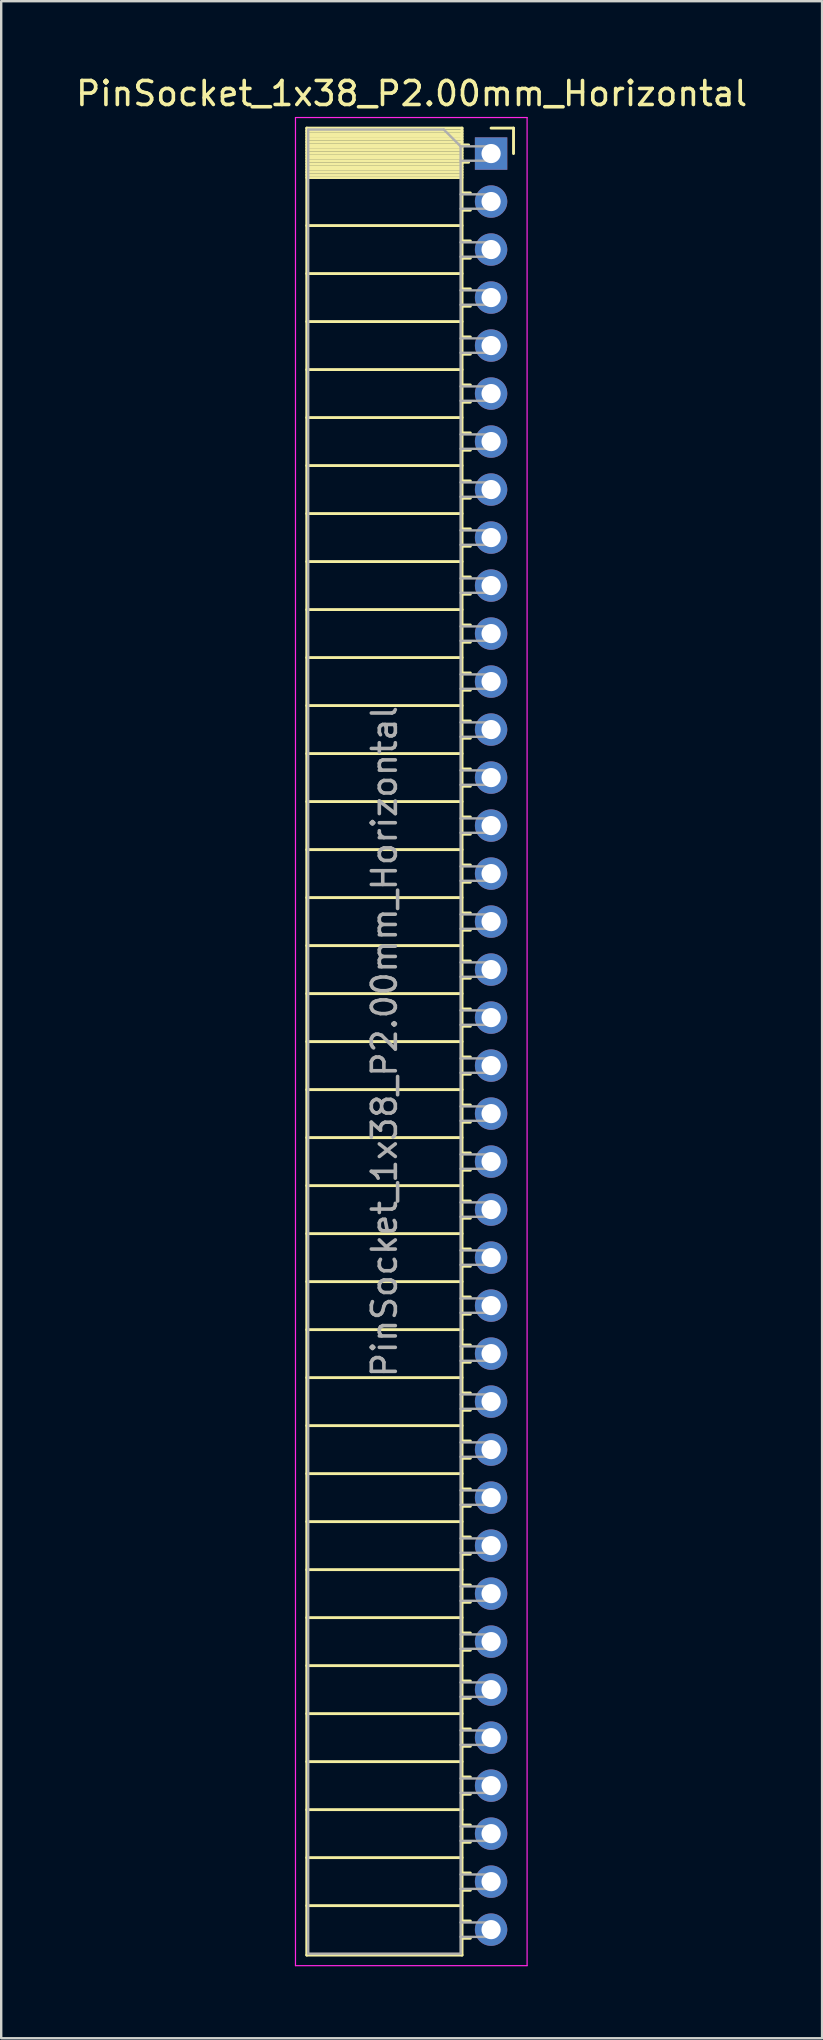
<source format=kicad_pcb>
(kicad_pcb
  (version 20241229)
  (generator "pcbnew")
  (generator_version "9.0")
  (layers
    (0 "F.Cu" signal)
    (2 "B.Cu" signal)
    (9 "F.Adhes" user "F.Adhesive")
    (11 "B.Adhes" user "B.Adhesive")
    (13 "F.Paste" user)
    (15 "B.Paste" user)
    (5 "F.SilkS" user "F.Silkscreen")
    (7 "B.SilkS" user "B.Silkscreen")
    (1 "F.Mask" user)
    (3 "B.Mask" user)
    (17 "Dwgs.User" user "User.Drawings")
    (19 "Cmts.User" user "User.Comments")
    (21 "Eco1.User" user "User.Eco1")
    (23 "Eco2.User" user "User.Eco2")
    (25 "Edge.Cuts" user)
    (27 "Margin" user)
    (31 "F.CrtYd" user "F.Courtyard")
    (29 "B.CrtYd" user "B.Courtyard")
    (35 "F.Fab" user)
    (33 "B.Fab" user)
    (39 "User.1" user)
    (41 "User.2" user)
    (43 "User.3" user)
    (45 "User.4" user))
  (footprint "PinSocket_1x38_P2.00mm_Horizontal"
    (layer "F.Cu")
    (at 17.411 3.348)
    (property "Reference" "PinSocket_1x38_P2.00mm_Horizontal" (at -3.31 -2.5 0) (layer "F.SilkS") (effects (font (size 1 1) (thickness 0.15))))
    (attr through_hole)
    (fp_line (start -7.68 -1.06) (end -7.68 75.06) (stroke (width 0.12) (type solid)) (layer "F.SilkS"))
    (fp_line (start -7.68 -1.06) (end -1.21 -1.06) (stroke (width 0.12) (type solid)) (layer "F.SilkS"))
    (fp_line (start -7.68 -0.94) (end -1.21 -0.94) (stroke (width 0.12) (type solid)) (layer "F.SilkS"))
    (fp_line (start -7.68 -0.826) (end -1.21 -0.826) (stroke (width 0.12) (type solid)) (layer "F.SilkS"))
    (fp_line (start -7.68 -0.712) (end -1.21 -0.712) (stroke (width 0.12) (type solid)) (layer "F.SilkS"))
    (fp_line (start -7.68 -0.598) (end -1.21 -0.598) (stroke (width 0.12) (type solid)) (layer "F.SilkS"))
    (fp_line (start -7.68 -0.484) (end -1.21 -0.484) (stroke (width 0.12) (type solid)) (layer "F.SilkS"))
    (fp_line (start -7.68 -0.369) (end -1.21 -0.369) (stroke (width 0.12) (type solid)) (layer "F.SilkS"))
    (fp_line (start -7.68 -0.255) (end -1.21 -0.255) (stroke (width 0.12) (type solid)) (layer "F.SilkS"))
    (fp_line (start -7.68 -0.141) (end -1.21 -0.141) (stroke (width 0.12) (type solid)) (layer "F.SilkS"))
    (fp_line (start -7.68 -0.027) (end -1.21 -0.027) (stroke (width 0.12) (type solid)) (layer "F.SilkS"))
    (fp_line (start -7.68 0.087) (end -1.21 0.087) (stroke (width 0.12) (type solid)) (layer "F.SilkS"))
    (fp_line (start -7.68 0.201) (end -1.21 0.201) (stroke (width 0.12) (type solid)) (layer "F.SilkS"))
    (fp_line (start -7.68 0.315) (end -1.21 0.315) (stroke (width 0.12) (type solid)) (layer "F.SilkS"))
    (fp_line (start -7.68 0.429) (end -1.21 0.429) (stroke (width 0.12) (type solid)) (layer "F.SilkS"))
    (fp_line (start -7.68 0.544) (end -1.21 0.544) (stroke (width 0.12) (type solid)) (layer "F.SilkS"))
    (fp_line (start -7.68 0.658) (end -1.21 0.658) (stroke (width 0.12) (type solid)) (layer "F.SilkS"))
    (fp_line (start -7.68 0.772) (end -1.21 0.772) (stroke (width 0.12) (type solid)) (layer "F.SilkS"))
    (fp_line (start -7.68 0.886) (end -1.21 0.886) (stroke (width 0.12) (type solid)) (layer "F.SilkS"))
    (fp_line (start -7.68 1) (end -1.21 1) (stroke (width 0.12) (type solid)) (layer "F.SilkS"))
    (fp_line (start -7.68 3) (end -1.21 3) (stroke (width 0.12) (type solid)) (layer "F.SilkS"))
    (fp_line (start -7.68 5) (end -1.21 5) (stroke (width 0.12) (type solid)) (layer "F.SilkS"))
    (fp_line (start -7.68 7) (end -1.21 7) (stroke (width 0.12) (type solid)) (layer "F.SilkS"))
    (fp_line (start -7.68 9) (end -1.21 9) (stroke (width 0.12) (type solid)) (layer "F.SilkS"))
    (fp_line (start -7.68 11) (end -1.21 11) (stroke (width 0.12) (type solid)) (layer "F.SilkS"))
    (fp_line (start -7.68 13) (end -1.21 13) (stroke (width 0.12) (type solid)) (layer "F.SilkS"))
    (fp_line (start -7.68 15) (end -1.21 15) (stroke (width 0.12) (type solid)) (layer "F.SilkS"))
    (fp_line (start -7.68 17) (end -1.21 17) (stroke (width 0.12) (type solid)) (layer "F.SilkS"))
    (fp_line (start -7.68 19) (end -1.21 19) (stroke (width 0.12) (type solid)) (layer "F.SilkS"))
    (fp_line (start -7.68 21) (end -1.21 21) (stroke (width 0.12) (type solid)) (layer "F.SilkS"))
    (fp_line (start -7.68 23) (end -1.21 23) (stroke (width 0.12) (type solid)) (layer "F.SilkS"))
    (fp_line (start -7.68 25) (end -1.21 25) (stroke (width 0.12) (type solid)) (layer "F.SilkS"))
    (fp_line (start -7.68 27) (end -1.21 27) (stroke (width 0.12) (type solid)) (layer "F.SilkS"))
    (fp_line (start -7.68 29) (end -1.21 29) (stroke (width 0.12) (type solid)) (layer "F.SilkS"))
    (fp_line (start -7.68 31) (end -1.21 31) (stroke (width 0.12) (type solid)) (layer "F.SilkS"))
    (fp_line (start -7.68 33) (end -1.21 33) (stroke (width 0.12) (type solid)) (layer "F.SilkS"))
    (fp_line (start -7.68 35) (end -1.21 35) (stroke (width 0.12) (type solid)) (layer "F.SilkS"))
    (fp_line (start -7.68 37) (end -1.21 37) (stroke (width 0.12) (type solid)) (layer "F.SilkS"))
    (fp_line (start -7.68 39) (end -1.21 39) (stroke (width 0.12) (type solid)) (layer "F.SilkS"))
    (fp_line (start -7.68 41) (end -1.21 41) (stroke (width 0.12) (type solid)) (layer "F.SilkS"))
    (fp_line (start -7.68 43) (end -1.21 43) (stroke (width 0.12) (type solid)) (layer "F.SilkS"))
    (fp_line (start -7.68 45) (end -1.21 45) (stroke (width 0.12) (type solid)) (layer "F.SilkS"))
    (fp_line (start -7.68 47) (end -1.21 47) (stroke (width 0.12) (type solid)) (layer "F.SilkS"))
    (fp_line (start -7.68 49) (end -1.21 49) (stroke (width 0.12) (type solid)) (layer "F.SilkS"))
    (fp_line (start -7.68 51) (end -1.21 51) (stroke (width 0.12) (type solid)) (layer "F.SilkS"))
    (fp_line (start -7.68 53) (end -1.21 53) (stroke (width 0.12) (type solid)) (layer "F.SilkS"))
    (fp_line (start -7.68 55) (end -1.21 55) (stroke (width 0.12) (type solid)) (layer "F.SilkS"))
    (fp_line (start -7.68 57) (end -1.21 57) (stroke (width 0.12) (type solid)) (layer "F.SilkS"))
    (fp_line (start -7.68 59) (end -1.21 59) (stroke (width 0.12) (type solid)) (layer "F.SilkS"))
    (fp_line (start -7.68 61) (end -1.21 61) (stroke (width 0.12) (type solid)) (layer "F.SilkS"))
    (fp_line (start -7.68 63) (end -1.21 63) (stroke (width 0.12) (type solid)) (layer "F.SilkS"))
    (fp_line (start -7.68 65) (end -1.21 65) (stroke (width 0.12) (type solid)) (layer "F.SilkS"))
    (fp_line (start -7.68 67) (end -1.21 67) (stroke (width 0.12) (type solid)) (layer "F.SilkS"))
    (fp_line (start -7.68 69) (end -1.21 69) (stroke (width 0.12) (type solid)) (layer "F.SilkS"))
    (fp_line (start -7.68 71) (end -1.21 71) (stroke (width 0.12) (type solid)) (layer "F.SilkS"))
    (fp_line (start -7.68 73) (end -1.21 73) (stroke (width 0.12) (type solid)) (layer "F.SilkS"))
    (fp_line (start -7.68 75.06) (end -1.21 75.06) (stroke (width 0.12) (type solid)) (layer "F.SilkS"))
    (fp_line (start -1.21 -1.06) (end -1.21 75.06) (stroke (width 0.12) (type solid)) (layer "F.SilkS"))
    (fp_line (start -1.21 -0.36) (end -0.935 -0.36) (stroke (width 0.12) (type solid)) (layer "F.SilkS"))
    (fp_line (start -1.21 0.36) (end -0.935 0.36) (stroke (width 0.12) (type solid)) (layer "F.SilkS"))
    (fp_line (start -1.21 1.64) (end -0.863 1.64) (stroke (width 0.12) (type solid)) (layer "F.SilkS"))
    (fp_line (start -1.21 2.36) (end -0.863 2.36) (stroke (width 0.12) (type solid)) (layer "F.SilkS"))
    (fp_line (start -1.21 3.64) (end -0.863 3.64) (stroke (width 0.12) (type solid)) (layer "F.SilkS"))
    (fp_line (start -1.21 4.36) (end -0.863 4.36) (stroke (width 0.12) (type solid)) (layer "F.SilkS"))
    (fp_line (start -1.21 5.64) (end -0.863 5.64) (stroke (width 0.12) (type solid)) (layer "F.SilkS"))
    (fp_line (start -1.21 6.36) (end -0.863 6.36) (stroke (width 0.12) (type solid)) (layer "F.SilkS"))
    (fp_line (start -1.21 7.64) (end -0.863 7.64) (stroke (width 0.12) (type solid)) (layer "F.SilkS"))
    (fp_line (start -1.21 8.36) (end -0.863 8.36) (stroke (width 0.12) (type solid)) (layer "F.SilkS"))
    (fp_line (start -1.21 9.64) (end -0.863 9.64) (stroke (width 0.12) (type solid)) (layer "F.SilkS"))
    (fp_line (start -1.21 10.36) (end -0.863 10.36) (stroke (width 0.12) (type solid)) (layer "F.SilkS"))
    (fp_line (start -1.21 11.64) (end -0.863 11.64) (stroke (width 0.12) (type solid)) (layer "F.SilkS"))
    (fp_line (start -1.21 12.36) (end -0.863 12.36) (stroke (width 0.12) (type solid)) (layer "F.SilkS"))
    (fp_line (start -1.21 13.64) (end -0.863 13.64) (stroke (width 0.12) (type solid)) (layer "F.SilkS"))
    (fp_line (start -1.21 14.36) (end -0.863 14.36) (stroke (width 0.12) (type solid)) (layer "F.SilkS"))
    (fp_line (start -1.21 15.64) (end -0.863 15.64) (stroke (width 0.12) (type solid)) (layer "F.SilkS"))
    (fp_line (start -1.21 16.36) (end -0.863 16.36) (stroke (width 0.12) (type solid)) (layer "F.SilkS"))
    (fp_line (start -1.21 17.64) (end -0.863 17.64) (stroke (width 0.12) (type solid)) (layer "F.SilkS"))
    (fp_line (start -1.21 18.36) (end -0.863 18.36) (stroke (width 0.12) (type solid)) (layer "F.SilkS"))
    (fp_line (start -1.21 19.64) (end -0.863 19.64) (stroke (width 0.12) (type solid)) (layer "F.SilkS"))
    (fp_line (start -1.21 20.36) (end -0.863 20.36) (stroke (width 0.12) (type solid)) (layer "F.SilkS"))
    (fp_line (start -1.21 21.64) (end -0.863 21.64) (stroke (width 0.12) (type solid)) (layer "F.SilkS"))
    (fp_line (start -1.21 22.36) (end -0.863 22.36) (stroke (width 0.12) (type solid)) (layer "F.SilkS"))
    (fp_line (start -1.21 23.64) (end -0.863 23.64) (stroke (width 0.12) (type solid)) (layer "F.SilkS"))
    (fp_line (start -1.21 24.36) (end -0.863 24.36) (stroke (width 0.12) (type solid)) (layer "F.SilkS"))
    (fp_line (start -1.21 25.64) (end -0.863 25.64) (stroke (width 0.12) (type solid)) (layer "F.SilkS"))
    (fp_line (start -1.21 26.36) (end -0.863 26.36) (stroke (width 0.12) (type solid)) (layer "F.SilkS"))
    (fp_line (start -1.21 27.64) (end -0.863 27.64) (stroke (width 0.12) (type solid)) (layer "F.SilkS"))
    (fp_line (start -1.21 28.36) (end -0.863 28.36) (stroke (width 0.12) (type solid)) (layer "F.SilkS"))
    (fp_line (start -1.21 29.64) (end -0.863 29.64) (stroke (width 0.12) (type solid)) (layer "F.SilkS"))
    (fp_line (start -1.21 30.36) (end -0.863 30.36) (stroke (width 0.12) (type solid)) (layer "F.SilkS"))
    (fp_line (start -1.21 31.64) (end -0.863 31.64) (stroke (width 0.12) (type solid)) (layer "F.SilkS"))
    (fp_line (start -1.21 32.36) (end -0.863 32.36) (stroke (width 0.12) (type solid)) (layer "F.SilkS"))
    (fp_line (start -1.21 33.64) (end -0.863 33.64) (stroke (width 0.12) (type solid)) (layer "F.SilkS"))
    (fp_line (start -1.21 34.36) (end -0.863 34.36) (stroke (width 0.12) (type solid)) (layer "F.SilkS"))
    (fp_line (start -1.21 35.64) (end -0.863 35.64) (stroke (width 0.12) (type solid)) (layer "F.SilkS"))
    (fp_line (start -1.21 36.36) (end -0.863 36.36) (stroke (width 0.12) (type solid)) (layer "F.SilkS"))
    (fp_line (start -1.21 37.64) (end -0.863 37.64) (stroke (width 0.12) (type solid)) (layer "F.SilkS"))
    (fp_line (start -1.21 38.36) (end -0.863 38.36) (stroke (width 0.12) (type solid)) (layer "F.SilkS"))
    (fp_line (start -1.21 39.64) (end -0.863 39.64) (stroke (width 0.12) (type solid)) (layer "F.SilkS"))
    (fp_line (start -1.21 40.36) (end -0.863 40.36) (stroke (width 0.12) (type solid)) (layer "F.SilkS"))
    (fp_line (start -1.21 41.64) (end -0.863 41.64) (stroke (width 0.12) (type solid)) (layer "F.SilkS"))
    (fp_line (start -1.21 42.36) (end -0.863 42.36) (stroke (width 0.12) (type solid)) (layer "F.SilkS"))
    (fp_line (start -1.21 43.64) (end -0.863 43.64) (stroke (width 0.12) (type solid)) (layer "F.SilkS"))
    (fp_line (start -1.21 44.36) (end -0.863 44.36) (stroke (width 0.12) (type solid)) (layer "F.SilkS"))
    (fp_line (start -1.21 45.64) (end -0.863 45.64) (stroke (width 0.12) (type solid)) (layer "F.SilkS"))
    (fp_line (start -1.21 46.36) (end -0.863 46.36) (stroke (width 0.12) (type solid)) (layer "F.SilkS"))
    (fp_line (start -1.21 47.64) (end -0.863 47.64) (stroke (width 0.12) (type solid)) (layer "F.SilkS"))
    (fp_line (start -1.21 48.36) (end -0.863 48.36) (stroke (width 0.12) (type solid)) (layer "F.SilkS"))
    (fp_line (start -1.21 49.64) (end -0.863 49.64) (stroke (width 0.12) (type solid)) (layer "F.SilkS"))
    (fp_line (start -1.21 50.36) (end -0.863 50.36) (stroke (width 0.12) (type solid)) (layer "F.SilkS"))
    (fp_line (start -1.21 51.64) (end -0.863 51.64) (stroke (width 0.12) (type solid)) (layer "F.SilkS"))
    (fp_line (start -1.21 52.36) (end -0.863 52.36) (stroke (width 0.12) (type solid)) (layer "F.SilkS"))
    (fp_line (start -1.21 53.64) (end -0.863 53.64) (stroke (width 0.12) (type solid)) (layer "F.SilkS"))
    (fp_line (start -1.21 54.36) (end -0.863 54.36) (stroke (width 0.12) (type solid)) (layer "F.SilkS"))
    (fp_line (start -1.21 55.64) (end -0.863 55.64) (stroke (width 0.12) (type solid)) (layer "F.SilkS"))
    (fp_line (start -1.21 56.36) (end -0.863 56.36) (stroke (width 0.12) (type solid)) (layer "F.SilkS"))
    (fp_line (start -1.21 57.64) (end -0.863 57.64) (stroke (width 0.12) (type solid)) (layer "F.SilkS"))
    (fp_line (start -1.21 58.36) (end -0.863 58.36) (stroke (width 0.12) (type solid)) (layer "F.SilkS"))
    (fp_line (start -1.21 59.64) (end -0.863 59.64) (stroke (width 0.12) (type solid)) (layer "F.SilkS"))
    (fp_line (start -1.21 60.36) (end -0.863 60.36) (stroke (width 0.12) (type solid)) (layer "F.SilkS"))
    (fp_line (start -1.21 61.64) (end -0.863 61.64) (stroke (width 0.12) (type solid)) (layer "F.SilkS"))
    (fp_line (start -1.21 62.36) (end -0.863 62.36) (stroke (width 0.12) (type solid)) (layer "F.SilkS"))
    (fp_line (start -1.21 63.64) (end -0.863 63.64) (stroke (width 0.12) (type solid)) (layer "F.SilkS"))
    (fp_line (start -1.21 64.36) (end -0.863 64.36) (stroke (width 0.12) (type solid)) (layer "F.SilkS"))
    (fp_line (start -1.21 65.64) (end -0.863 65.64) (stroke (width 0.12) (type solid)) (layer "F.SilkS"))
    (fp_line (start -1.21 66.36) (end -0.863 66.36) (stroke (width 0.12) (type solid)) (layer "F.SilkS"))
    (fp_line (start -1.21 67.64) (end -0.863 67.64) (stroke (width 0.12) (type solid)) (layer "F.SilkS"))
    (fp_line (start -1.21 68.36) (end -0.863 68.36) (stroke (width 0.12) (type solid)) (layer "F.SilkS"))
    (fp_line (start -1.21 69.64) (end -0.863 69.64) (stroke (width 0.12) (type solid)) (layer "F.SilkS"))
    (fp_line (start -1.21 70.36) (end -0.863 70.36) (stroke (width 0.12) (type solid)) (layer "F.SilkS"))
    (fp_line (start -1.21 71.64) (end -0.863 71.64) (stroke (width 0.12) (type solid)) (layer "F.SilkS"))
    (fp_line (start -1.21 72.36) (end -0.863 72.36) (stroke (width 0.12) (type solid)) (layer "F.SilkS"))
    (fp_line (start -1.21 73.64) (end -0.863 73.64) (stroke (width 0.12) (type solid)) (layer "F.SilkS"))
    (fp_line (start -1.21 74.36) (end -0.863 74.36) (stroke (width 0.12) (type solid)) (layer "F.SilkS"))
    (fp_line (start 0 -1.06) (end 0.935 -1.06) (stroke (width 0.12) (type solid)) (layer "F.SilkS"))
    (fp_line (start 0.935 -1.06) (end 0.935 0) (stroke (width 0.12) (type solid)) (layer "F.SilkS"))
    (fp_line (start -8.15 -1.5) (end -8.15 75.5) (stroke (width 0.05) (type solid)) (layer "F.CrtYd"))
    (fp_line (start -8.15 75.5) (end 1.5 75.5) (stroke (width 0.05) (type solid)) (layer "F.CrtYd"))
    (fp_line (start 1.5 -1.5) (end -8.15 -1.5) (stroke (width 0.05) (type solid)) (layer "F.CrtYd"))
    (fp_line (start 1.5 75.5) (end 1.5 -1.5) (stroke (width 0.05) (type solid)) (layer "F.CrtYd"))
    (fp_line (start -7.62 -1) (end -1.97 -1) (stroke (width 0.1) (type solid)) (layer "F.Fab"))
    (fp_line (start -7.62 75) (end -7.62 -1) (stroke (width 0.1) (type solid)) (layer "F.Fab"))
    (fp_line (start -1.97 -1) (end -1.27 -0.3) (stroke (width 0.1) (type solid)) (layer "F.Fab"))
    (fp_line (start -1.27 -0.3) (end -1.27 75) (stroke (width 0.1) (type solid)) (layer "F.Fab"))
    (fp_line (start -1.27 0.3) (end 0 0.3) (stroke (width 0.1) (type solid)) (layer "F.Fab"))
    (fp_line (start -1.27 2.3) (end 0 2.3) (stroke (width 0.1) (type solid)) (layer "F.Fab"))
    (fp_line (start -1.27 4.3) (end 0 4.3) (stroke (width 0.1) (type solid)) (layer "F.Fab"))
    (fp_line (start -1.27 6.3) (end 0 6.3) (stroke (width 0.1) (type solid)) (layer "F.Fab"))
    (fp_line (start -1.27 8.3) (end 0 8.3) (stroke (width 0.1) (type solid)) (layer "F.Fab"))
    (fp_line (start -1.27 10.3) (end 0 10.3) (stroke (width 0.1) (type solid)) (layer "F.Fab"))
    (fp_line (start -1.27 12.3) (end 0 12.3) (stroke (width 0.1) (type solid)) (layer "F.Fab"))
    (fp_line (start -1.27 14.3) (end 0 14.3) (stroke (width 0.1) (type solid)) (layer "F.Fab"))
    (fp_line (start -1.27 16.3) (end 0 16.3) (stroke (width 0.1) (type solid)) (layer "F.Fab"))
    (fp_line (start -1.27 18.3) (end 0 18.3) (stroke (width 0.1) (type solid)) (layer "F.Fab"))
    (fp_line (start -1.27 20.3) (end 0 20.3) (stroke (width 0.1) (type solid)) (layer "F.Fab"))
    (fp_line (start -1.27 22.3) (end 0 22.3) (stroke (width 0.1) (type solid)) (layer "F.Fab"))
    (fp_line (start -1.27 24.3) (end 0 24.3) (stroke (width 0.1) (type solid)) (layer "F.Fab"))
    (fp_line (start -1.27 26.3) (end 0 26.3) (stroke (width 0.1) (type solid)) (layer "F.Fab"))
    (fp_line (start -1.27 28.3) (end 0 28.3) (stroke (width 0.1) (type solid)) (layer "F.Fab"))
    (fp_line (start -1.27 30.3) (end 0 30.3) (stroke (width 0.1) (type solid)) (layer "F.Fab"))
    (fp_line (start -1.27 32.3) (end 0 32.3) (stroke (width 0.1) (type solid)) (layer "F.Fab"))
    (fp_line (start -1.27 34.3) (end 0 34.3) (stroke (width 0.1) (type solid)) (layer "F.Fab"))
    (fp_line (start -1.27 36.3) (end 0 36.3) (stroke (width 0.1) (type solid)) (layer "F.Fab"))
    (fp_line (start -1.27 38.3) (end 0 38.3) (stroke (width 0.1) (type solid)) (layer "F.Fab"))
    (fp_line (start -1.27 40.3) (end 0 40.3) (stroke (width 0.1) (type solid)) (layer "F.Fab"))
    (fp_line (start -1.27 42.3) (end 0 42.3) (stroke (width 0.1) (type solid)) (layer "F.Fab"))
    (fp_line (start -1.27 44.3) (end 0 44.3) (stroke (width 0.1) (type solid)) (layer "F.Fab"))
    (fp_line (start -1.27 46.3) (end 0 46.3) (stroke (width 0.1) (type solid)) (layer "F.Fab"))
    (fp_line (start -1.27 48.3) (end 0 48.3) (stroke (width 0.1) (type solid)) (layer "F.Fab"))
    (fp_line (start -1.27 50.3) (end 0 50.3) (stroke (width 0.1) (type solid)) (layer "F.Fab"))
    (fp_line (start -1.27 52.3) (end 0 52.3) (stroke (width 0.1) (type solid)) (layer "F.Fab"))
    (fp_line (start -1.27 54.3) (end 0 54.3) (stroke (width 0.1) (type solid)) (layer "F.Fab"))
    (fp_line (start -1.27 56.3) (end 0 56.3) (stroke (width 0.1) (type solid)) (layer "F.Fab"))
    (fp_line (start -1.27 58.3) (end 0 58.3) (stroke (width 0.1) (type solid)) (layer "F.Fab"))
    (fp_line (start -1.27 60.3) (end 0 60.3) (stroke (width 0.1) (type solid)) (layer "F.Fab"))
    (fp_line (start -1.27 62.3) (end 0 62.3) (stroke (width 0.1) (type solid)) (layer "F.Fab"))
    (fp_line (start -1.27 64.3) (end 0 64.3) (stroke (width 0.1) (type solid)) (layer "F.Fab"))
    (fp_line (start -1.27 66.3) (end 0 66.3) (stroke (width 0.1) (type solid)) (layer "F.Fab"))
    (fp_line (start -1.27 68.3) (end 0 68.3) (stroke (width 0.1) (type solid)) (layer "F.Fab"))
    (fp_line (start -1.27 70.3) (end 0 70.3) (stroke (width 0.1) (type solid)) (layer "F.Fab"))
    (fp_line (start -1.27 72.3) (end 0 72.3) (stroke (width 0.1) (type solid)) (layer "F.Fab"))
    (fp_line (start -1.27 74.3) (end 0 74.3) (stroke (width 0.1) (type solid)) (layer "F.Fab"))
    (fp_line (start -1.27 75) (end -7.62 75) (stroke (width 0.1) (type solid)) (layer "F.Fab"))
    (fp_line (start 0 -0.3) (end -1.27 -0.3) (stroke (width 0.1) (type solid)) (layer "F.Fab"))
    (fp_line (start 0 0.3) (end 0 -0.3) (stroke (width 0.1) (type solid)) (layer "F.Fab"))
    (fp_line (start 0 1.7) (end -1.27 1.7) (stroke (width 0.1) (type solid)) (layer "F.Fab"))
    (fp_line (start 0 2.3) (end 0 1.7) (stroke (width 0.1) (type solid)) (layer "F.Fab"))
    (fp_line (start 0 3.7) (end -1.27 3.7) (stroke (width 0.1) (type solid)) (layer "F.Fab"))
    (fp_line (start 0 4.3) (end 0 3.7) (stroke (width 0.1) (type solid)) (layer "F.Fab"))
    (fp_line (start 0 5.7) (end -1.27 5.7) (stroke (width 0.1) (type solid)) (layer "F.Fab"))
    (fp_line (start 0 6.3) (end 0 5.7) (stroke (width 0.1) (type solid)) (layer "F.Fab"))
    (fp_line (start 0 7.7) (end -1.27 7.7) (stroke (width 0.1) (type solid)) (layer "F.Fab"))
    (fp_line (start 0 8.3) (end 0 7.7) (stroke (width 0.1) (type solid)) (layer "F.Fab"))
    (fp_line (start 0 9.7) (end -1.27 9.7) (stroke (width 0.1) (type solid)) (layer "F.Fab"))
    (fp_line (start 0 10.3) (end 0 9.7) (stroke (width 0.1) (type solid)) (layer "F.Fab"))
    (fp_line (start 0 11.7) (end -1.27 11.7) (stroke (width 0.1) (type solid)) (layer "F.Fab"))
    (fp_line (start 0 12.3) (end 0 11.7) (stroke (width 0.1) (type solid)) (layer "F.Fab"))
    (fp_line (start 0 13.7) (end -1.27 13.7) (stroke (width 0.1) (type solid)) (layer "F.Fab"))
    (fp_line (start 0 14.3) (end 0 13.7) (stroke (width 0.1) (type solid)) (layer "F.Fab"))
    (fp_line (start 0 15.7) (end -1.27 15.7) (stroke (width 0.1) (type solid)) (layer "F.Fab"))
    (fp_line (start 0 16.3) (end 0 15.7) (stroke (width 0.1) (type solid)) (layer "F.Fab"))
    (fp_line (start 0 17.7) (end -1.27 17.7) (stroke (width 0.1) (type solid)) (layer "F.Fab"))
    (fp_line (start 0 18.3) (end 0 17.7) (stroke (width 0.1) (type solid)) (layer "F.Fab"))
    (fp_line (start 0 19.7) (end -1.27 19.7) (stroke (width 0.1) (type solid)) (layer "F.Fab"))
    (fp_line (start 0 20.3) (end 0 19.7) (stroke (width 0.1) (type solid)) (layer "F.Fab"))
    (fp_line (start 0 21.7) (end -1.27 21.7) (stroke (width 0.1) (type solid)) (layer "F.Fab"))
    (fp_line (start 0 22.3) (end 0 21.7) (stroke (width 0.1) (type solid)) (layer "F.Fab"))
    (fp_line (start 0 23.7) (end -1.27 23.7) (stroke (width 0.1) (type solid)) (layer "F.Fab"))
    (fp_line (start 0 24.3) (end 0 23.7) (stroke (width 0.1) (type solid)) (layer "F.Fab"))
    (fp_line (start 0 25.7) (end -1.27 25.7) (stroke (width 0.1) (type solid)) (layer "F.Fab"))
    (fp_line (start 0 26.3) (end 0 25.7) (stroke (width 0.1) (type solid)) (layer "F.Fab"))
    (fp_line (start 0 27.7) (end -1.27 27.7) (stroke (width 0.1) (type solid)) (layer "F.Fab"))
    (fp_line (start 0 28.3) (end 0 27.7) (stroke (width 0.1) (type solid)) (layer "F.Fab"))
    (fp_line (start 0 29.7) (end -1.27 29.7) (stroke (width 0.1) (type solid)) (layer "F.Fab"))
    (fp_line (start 0 30.3) (end 0 29.7) (stroke (width 0.1) (type solid)) (layer "F.Fab"))
    (fp_line (start 0 31.7) (end -1.27 31.7) (stroke (width 0.1) (type solid)) (layer "F.Fab"))
    (fp_line (start 0 32.3) (end 0 31.7) (stroke (width 0.1) (type solid)) (layer "F.Fab"))
    (fp_line (start 0 33.7) (end -1.27 33.7) (stroke (width 0.1) (type solid)) (layer "F.Fab"))
    (fp_line (start 0 34.3) (end 0 33.7) (stroke (width 0.1) (type solid)) (layer "F.Fab"))
    (fp_line (start 0 35.7) (end -1.27 35.7) (stroke (width 0.1) (type solid)) (layer "F.Fab"))
    (fp_line (start 0 36.3) (end 0 35.7) (stroke (width 0.1) (type solid)) (layer "F.Fab"))
    (fp_line (start 0 37.7) (end -1.27 37.7) (stroke (width 0.1) (type solid)) (layer "F.Fab"))
    (fp_line (start 0 38.3) (end 0 37.7) (stroke (width 0.1) (type solid)) (layer "F.Fab"))
    (fp_line (start 0 39.7) (end -1.27 39.7) (stroke (width 0.1) (type solid)) (layer "F.Fab"))
    (fp_line (start 0 40.3) (end 0 39.7) (stroke (width 0.1) (type solid)) (layer "F.Fab"))
    (fp_line (start 0 41.7) (end -1.27 41.7) (stroke (width 0.1) (type solid)) (layer "F.Fab"))
    (fp_line (start 0 42.3) (end 0 41.7) (stroke (width 0.1) (type solid)) (layer "F.Fab"))
    (fp_line (start 0 43.7) (end -1.27 43.7) (stroke (width 0.1) (type solid)) (layer "F.Fab"))
    (fp_line (start 0 44.3) (end 0 43.7) (stroke (width 0.1) (type solid)) (layer "F.Fab"))
    (fp_line (start 0 45.7) (end -1.27 45.7) (stroke (width 0.1) (type solid)) (layer "F.Fab"))
    (fp_line (start 0 46.3) (end 0 45.7) (stroke (width 0.1) (type solid)) (layer "F.Fab"))
    (fp_line (start 0 47.7) (end -1.27 47.7) (stroke (width 0.1) (type solid)) (layer "F.Fab"))
    (fp_line (start 0 48.3) (end 0 47.7) (stroke (width 0.1) (type solid)) (layer "F.Fab"))
    (fp_line (start 0 49.7) (end -1.27 49.7) (stroke (width 0.1) (type solid)) (layer "F.Fab"))
    (fp_line (start 0 50.3) (end 0 49.7) (stroke (width 0.1) (type solid)) (layer "F.Fab"))
    (fp_line (start 0 51.7) (end -1.27 51.7) (stroke (width 0.1) (type solid)) (layer "F.Fab"))
    (fp_line (start 0 52.3) (end 0 51.7) (stroke (width 0.1) (type solid)) (layer "F.Fab"))
    (fp_line (start 0 53.7) (end -1.27 53.7) (stroke (width 0.1) (type solid)) (layer "F.Fab"))
    (fp_line (start 0 54.3) (end 0 53.7) (stroke (width 0.1) (type solid)) (layer "F.Fab"))
    (fp_line (start 0 55.7) (end -1.27 55.7) (stroke (width 0.1) (type solid)) (layer "F.Fab"))
    (fp_line (start 0 56.3) (end 0 55.7) (stroke (width 0.1) (type solid)) (layer "F.Fab"))
    (fp_line (start 0 57.7) (end -1.27 57.7) (stroke (width 0.1) (type solid)) (layer "F.Fab"))
    (fp_line (start 0 58.3) (end 0 57.7) (stroke (width 0.1) (type solid)) (layer "F.Fab"))
    (fp_line (start 0 59.7) (end -1.27 59.7) (stroke (width 0.1) (type solid)) (layer "F.Fab"))
    (fp_line (start 0 60.3) (end 0 59.7) (stroke (width 0.1) (type solid)) (layer "F.Fab"))
    (fp_line (start 0 61.7) (end -1.27 61.7) (stroke (width 0.1) (type solid)) (layer "F.Fab"))
    (fp_line (start 0 62.3) (end 0 61.7) (stroke (width 0.1) (type solid)) (layer "F.Fab"))
    (fp_line (start 0 63.7) (end -1.27 63.7) (stroke (width 0.1) (type solid)) (layer "F.Fab"))
    (fp_line (start 0 64.3) (end 0 63.7) (stroke (width 0.1) (type solid)) (layer "F.Fab"))
    (fp_line (start 0 65.7) (end -1.27 65.7) (stroke (width 0.1) (type solid)) (layer "F.Fab"))
    (fp_line (start 0 66.3) (end 0 65.7) (stroke (width 0.1) (type solid)) (layer "F.Fab"))
    (fp_line (start 0 67.7) (end -1.27 67.7) (stroke (width 0.1) (type solid)) (layer "F.Fab"))
    (fp_line (start 0 68.3) (end 0 67.7) (stroke (width 0.1) (type solid)) (layer "F.Fab"))
    (fp_line (start 0 69.7) (end -1.27 69.7) (stroke (width 0.1) (type solid)) (layer "F.Fab"))
    (fp_line (start 0 70.3) (end 0 69.7) (stroke (width 0.1) (type solid)) (layer "F.Fab"))
    (fp_line (start 0 71.7) (end -1.27 71.7) (stroke (width 0.1) (type solid)) (layer "F.Fab"))
    (fp_line (start 0 72.3) (end 0 71.7) (stroke (width 0.1) (type solid)) (layer "F.Fab"))
    (fp_line (start 0 73.7) (end -1.27 73.7) (stroke (width 0.1) (type solid)) (layer "F.Fab"))
    (fp_line (start 0 74.3) (end 0 73.7) (stroke (width 0.1) (type solid)) (layer "F.Fab"))
    (fp_text user "${REFERENCE}" (at -4.445 37 90) (layer "F.Fab") (effects (font (size 1 1) (thickness 0.15))))
    (pad "1" thru_hole rect (at 0 0) (size 1.35 1.35) (drill 0.8) (layers "*.Cu" "*.Mask"))
    (pad "2" thru_hole circle (at 0 2) (size 1.35 1.35) (drill 0.8) (layers "*.Cu" "*.Mask"))
    (pad "3" thru_hole circle (at 0 4) (size 1.35 1.35) (drill 0.8) (layers "*.Cu" "*.Mask"))
    (pad "4" thru_hole circle (at 0 6) (size 1.35 1.35) (drill 0.8) (layers "*.Cu" "*.Mask"))
    (pad "5" thru_hole circle (at 0 8) (size 1.35 1.35) (drill 0.8) (layers "*.Cu" "*.Mask"))
    (pad "6" thru_hole circle (at 0 10) (size 1.35 1.35) (drill 0.8) (layers "*.Cu" "*.Mask"))
    (pad "7" thru_hole circle (at 0 12) (size 1.35 1.35) (drill 0.8) (layers "*.Cu" "*.Mask"))
    (pad "8" thru_hole circle (at 0 14) (size 1.35 1.35) (drill 0.8) (layers "*.Cu" "*.Mask"))
    (pad "9" thru_hole circle (at 0 16) (size 1.35 1.35) (drill 0.8) (layers "*.Cu" "*.Mask"))
    (pad "10" thru_hole circle (at 0 18) (size 1.35 1.35) (drill 0.8) (layers "*.Cu" "*.Mask"))
    (pad "11" thru_hole circle (at 0 20) (size 1.35 1.35) (drill 0.8) (layers "*.Cu" "*.Mask"))
    (pad "12" thru_hole circle (at 0 22) (size 1.35 1.35) (drill 0.8) (layers "*.Cu" "*.Mask"))
    (pad "13" thru_hole circle (at 0 24) (size 1.35 1.35) (drill 0.8) (layers "*.Cu" "*.Mask"))
    (pad "14" thru_hole circle (at 0 26) (size 1.35 1.35) (drill 0.8) (layers "*.Cu" "*.Mask"))
    (pad "15" thru_hole circle (at 0 28) (size 1.35 1.35) (drill 0.8) (layers "*.Cu" "*.Mask"))
    (pad "16" thru_hole circle (at 0 30) (size 1.35 1.35) (drill 0.8) (layers "*.Cu" "*.Mask"))
    (pad "17" thru_hole circle (at 0 32) (size 1.35 1.35) (drill 0.8) (layers "*.Cu" "*.Mask"))
    (pad "18" thru_hole circle (at 0 34) (size 1.35 1.35) (drill 0.8) (layers "*.Cu" "*.Mask"))
    (pad "19" thru_hole circle (at 0 36) (size 1.35 1.35) (drill 0.8) (layers "*.Cu" "*.Mask"))
    (pad "20" thru_hole circle (at 0 38) (size 1.35 1.35) (drill 0.8) (layers "*.Cu" "*.Mask"))
    (pad "21" thru_hole circle (at 0 40) (size 1.35 1.35) (drill 0.8) (layers "*.Cu" "*.Mask"))
    (pad "22" thru_hole circle (at 0 42) (size 1.35 1.35) (drill 0.8) (layers "*.Cu" "*.Mask"))
    (pad "23" thru_hole circle (at 0 44) (size 1.35 1.35) (drill 0.8) (layers "*.Cu" "*.Mask"))
    (pad "24" thru_hole circle (at 0 46) (size 1.35 1.35) (drill 0.8) (layers "*.Cu" "*.Mask"))
    (pad "25" thru_hole circle (at 0 48) (size 1.35 1.35) (drill 0.8) (layers "*.Cu" "*.Mask"))
    (pad "26" thru_hole circle (at 0 50) (size 1.35 1.35) (drill 0.8) (layers "*.Cu" "*.Mask"))
    (pad "27" thru_hole circle (at 0 52) (size 1.35 1.35) (drill 0.8) (layers "*.Cu" "*.Mask"))
    (pad "28" thru_hole circle (at 0 54) (size 1.35 1.35) (drill 0.8) (layers "*.Cu" "*.Mask"))
    (pad "29" thru_hole circle (at 0 56) (size 1.35 1.35) (drill 0.8) (layers "*.Cu" "*.Mask"))
    (pad "30" thru_hole circle (at 0 58) (size 1.35 1.35) (drill 0.8) (layers "*.Cu" "*.Mask"))
    (pad "31" thru_hole circle (at 0 60) (size 1.35 1.35) (drill 0.8) (layers "*.Cu" "*.Mask"))
    (pad "32" thru_hole circle (at 0 62) (size 1.35 1.35) (drill 0.8) (layers "*.Cu" "*.Mask"))
    (pad "33" thru_hole circle (at 0 64) (size 1.35 1.35) (drill 0.8) (layers "*.Cu" "*.Mask"))
    (pad "34" thru_hole circle (at 0 66) (size 1.35 1.35) (drill 0.8) (layers "*.Cu" "*.Mask"))
    (pad "35" thru_hole circle (at 0 68) (size 1.35 1.35) (drill 0.8) (layers "*.Cu" "*.Mask"))
    (pad "36" thru_hole circle (at 0 70) (size 1.35 1.35) (drill 0.8) (layers "*.Cu" "*.Mask"))
    (pad "37" thru_hole circle (at 0 72) (size 1.35 1.35) (drill 0.8) (layers "*.Cu" "*.Mask"))
    (pad "38" thru_hole circle (at 0 74) (size 1.35 1.35) (drill 0.8) (layers "*.Cu" "*.Mask")))
  (gr_rect
    (start -3 -3)
    (end 31.202 81.873)
    (stroke (width 0.1) (type default))
    (fill no)
    (layer "Edge.Cuts")))
</source>
